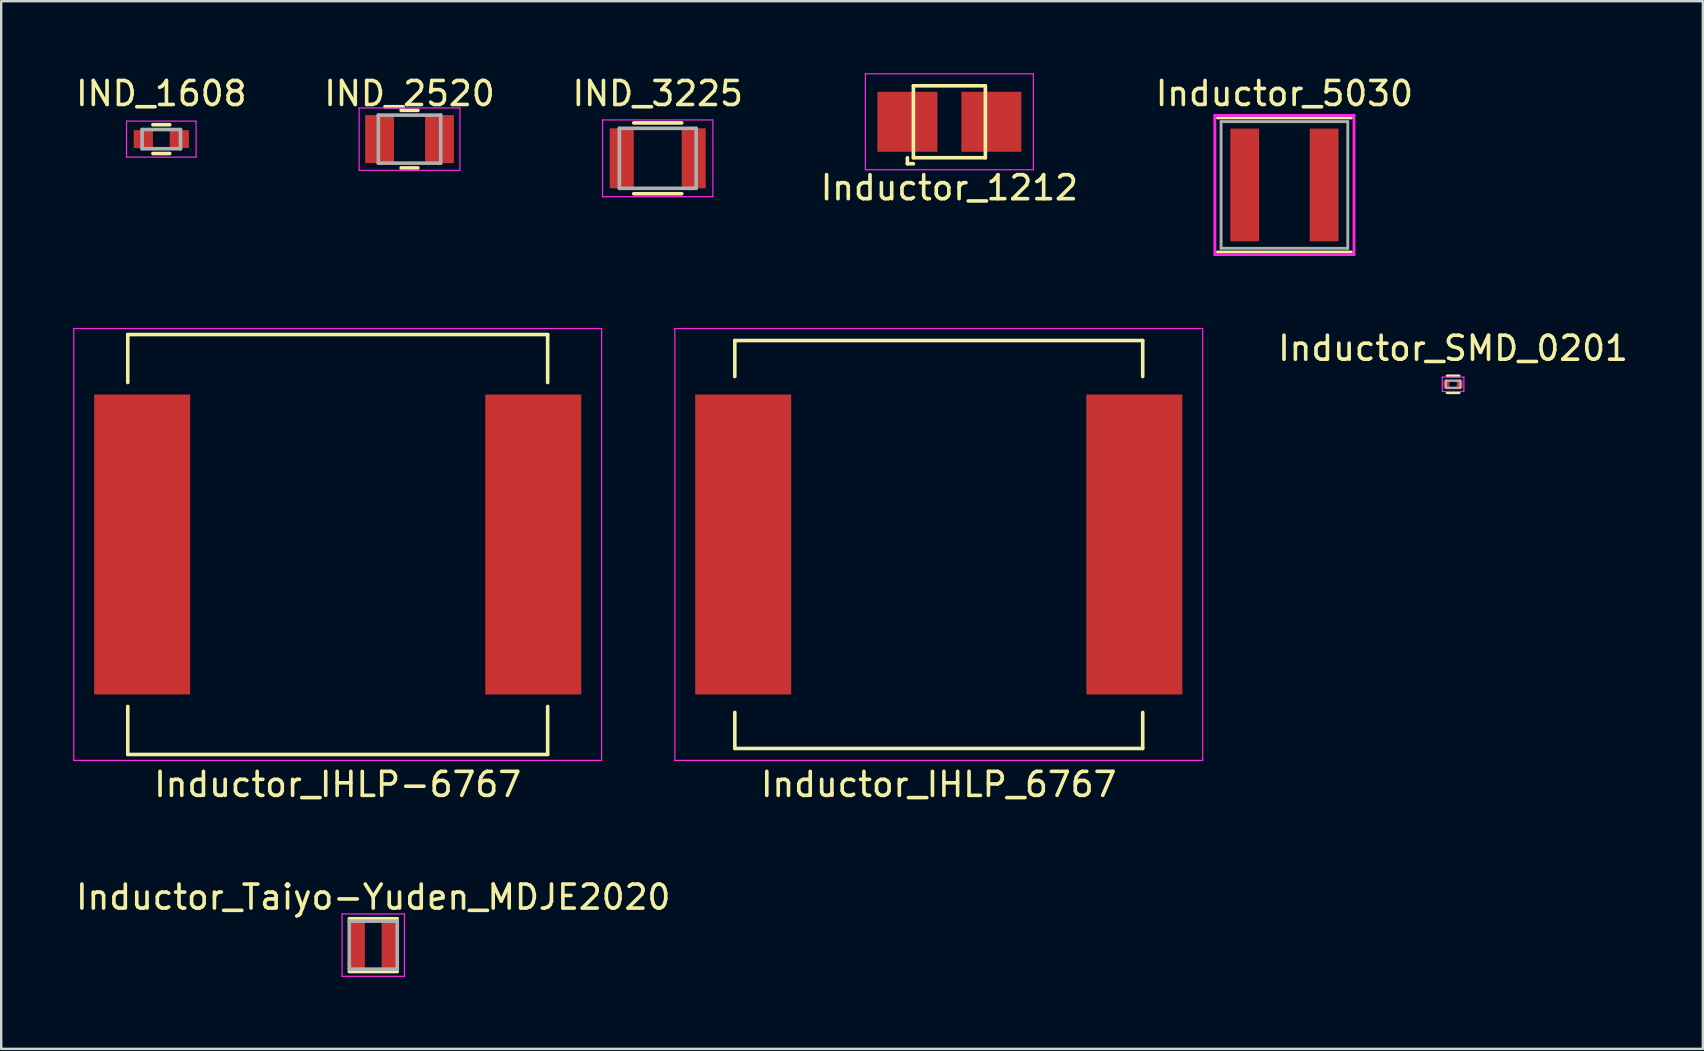
<source format=kicad_pcb>
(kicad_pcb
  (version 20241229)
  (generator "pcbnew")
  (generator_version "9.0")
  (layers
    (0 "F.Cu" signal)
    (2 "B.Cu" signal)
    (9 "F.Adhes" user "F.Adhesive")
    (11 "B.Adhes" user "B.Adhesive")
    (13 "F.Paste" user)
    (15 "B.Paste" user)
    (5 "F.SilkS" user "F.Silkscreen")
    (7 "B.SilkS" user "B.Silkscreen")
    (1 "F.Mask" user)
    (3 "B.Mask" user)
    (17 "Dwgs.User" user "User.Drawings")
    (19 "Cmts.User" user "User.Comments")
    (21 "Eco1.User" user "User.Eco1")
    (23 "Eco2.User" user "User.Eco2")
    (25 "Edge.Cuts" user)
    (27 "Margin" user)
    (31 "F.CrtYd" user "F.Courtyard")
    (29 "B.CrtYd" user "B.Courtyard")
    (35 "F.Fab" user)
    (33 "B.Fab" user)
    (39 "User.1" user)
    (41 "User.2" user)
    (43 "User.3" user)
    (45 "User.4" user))
  (footprint "IND_3225"
    (layer "F.Cu")
    (at 24.363 3.548)
    (property "Reference" "IND_3225" (at 0 -2.7 0) (layer "F.SilkS") (effects (font (size 1 1) (thickness 0.15))))
    (attr smd)
    (fp_line (start -1 1.475) (end 1 1.475) (stroke (width 0.15) (type solid)) (layer "F.SilkS"))
    (fp_line (start 1 -1.475) (end -1 -1.475) (stroke (width 0.15) (type solid)) (layer "F.SilkS"))
    (fp_line (start -2.3 -1.6) (end -2.3 1.6) (stroke (width 0.05) (type solid)) (layer "F.CrtYd"))
    (fp_line (start -2.3 -1.6) (end 2.3 -1.6) (stroke (width 0.05) (type solid)) (layer "F.CrtYd"))
    (fp_line (start -2.3 1.6) (end 2.3 1.6) (stroke (width 0.05) (type solid)) (layer "F.CrtYd"))
    (fp_line (start 2.3 -1.6) (end 2.3 1.6) (stroke (width 0.05) (type solid)) (layer "F.CrtYd"))
    (fp_line (start -1.6 -1.25) (end 1.6 -1.25) (stroke (width 0.15) (type solid)) (layer "F.Fab"))
    (fp_line (start -1.6 1.25) (end -1.6 -1.25) (stroke (width 0.15) (type solid)) (layer "F.Fab"))
    (fp_line (start 1.6 -1.25) (end 1.6 1.25) (stroke (width 0.15) (type solid)) (layer "F.Fab"))
    (fp_line (start 1.6 1.25) (end -1.6 1.25) (stroke (width 0.15) (type solid)) (layer "F.Fab"))
    (pad "1" smd rect (at -1.5 0) (size 1 2.5) (layers "F.Cu" "F.Mask" "F.Paste"))
    (pad "2" smd rect (at 1.5 0) (size 1 2.5) (layers "F.Cu" "F.Mask" "F.Paste")))
  (footprint "Inductor_IHLP_6767"
    (layer "F.Cu")
    (at 36.075 19.643)
    (property "Reference" "Inductor_IHLP_6767" (at 0 10 0) (layer "F.SilkS") (effects (font (size 1 1) (thickness 0.15))))
    (attr smd)
    (fp_line (start -8.5 -8.5) (end -8.5 -7) (stroke (width 0.15) (type solid)) (layer "F.SilkS"))
    (fp_line (start -8.5 8.5) (end -8.5 7) (stroke (width 0.15) (type solid)) (layer "F.SilkS"))
    (fp_line (start 8.5 -8.5) (end -8.5 -8.5) (stroke (width 0.15) (type solid)) (layer "F.SilkS"))
    (fp_line (start 8.5 -8.5) (end 8.5 -7) (stroke (width 0.15) (type solid)) (layer "F.SilkS"))
    (fp_line (start 8.5 8.5) (end -8.5 8.5) (stroke (width 0.15) (type solid)) (layer "F.SilkS"))
    (fp_line (start 8.5 8.5) (end 8.5 7) (stroke (width 0.15) (type solid)) (layer "F.SilkS"))
    (fp_line (start -11 -9) (end -11 9) (stroke (width 0.05) (type solid)) (layer "F.CrtYd"))
    (fp_line (start -11 9) (end 11 9) (stroke (width 0.05) (type solid)) (layer "F.CrtYd"))
    (fp_line (start 11 -9) (end -11 -9) (stroke (width 0.05) (type solid)) (layer "F.CrtYd"))
    (fp_line (start 11 9) (end 11 -9) (stroke (width 0.05) (type solid)) (layer "F.CrtYd"))
    (pad "1" smd rect (at -8.15 0) (size 4 12.5) (layers "F.Cu" "F.Mask" "F.Paste"))
    (pad "2" smd rect (at 8.15 0) (size 4 12.5) (layers "F.Cu" "F.Mask" "F.Paste")))
  (footprint "Inductor_5030"
    (layer "F.Cu")
    (at 50.482 4.658)
    (property "Reference" "Inductor_5030" (at 0 -3.81 0) (layer "F.SilkS") (effects (font (size 1 1) (thickness 0.15))))
    (attr through_hole)
    (fp_line (start -2.794 -2.794) (end 2.794 -2.794) (stroke (width 0.12) (type solid)) (layer "F.SilkS"))
    (fp_line (start 2.794 2.794) (end -2.794 2.794) (stroke (width 0.12) (type solid)) (layer "F.SilkS"))
    (fp_line (start -2.9 -2.9) (end 2.9 -2.9) (stroke (width 0.12) (type solid)) (layer "F.CrtYd"))
    (fp_line (start -2.9 2.9) (end -2.9 -2.9) (stroke (width 0.12) (type solid)) (layer "F.CrtYd"))
    (fp_line (start 2.9 -2.9) (end 2.9 2.9) (stroke (width 0.12) (type solid)) (layer "F.CrtYd"))
    (fp_line (start 2.9 2.9) (end -2.9 2.9) (stroke (width 0.12) (type solid)) (layer "F.CrtYd"))
    (fp_line (start -2.64 -2.64) (end 2.64 -2.64) (stroke (width 0.12) (type solid)) (layer "F.Fab"))
    (fp_line (start -2.64 2.64) (end -2.64 -2.64) (stroke (width 0.12) (type solid)) (layer "F.Fab"))
    (fp_line (start 2.64 -2.64) (end 2.64 2.64) (stroke (width 0.12) (type solid)) (layer "F.Fab"))
    (fp_line (start 2.64 2.64) (end -2.64 2.64) (stroke (width 0.12) (type solid)) (layer "F.Fab"))
    (pad "1" smd rect (at -1.655 0) (size 1.2 4.7) (layers "F.Cu" "F.Mask" "F.Paste"))
    (pad "2" smd rect (at 1.655 0) (size 1.2 4.7) (layers "F.Cu" "F.Mask" "F.Paste")))
  (footprint "Inductor_SMD_0201"
    (layer "F.Cu")
    (at 57.511 12.966)
    (property "Reference" "Inductor_SMD_0201" (at 0 -1.5 0) (layer "F.SilkS") (effects (font (size 1 1) (thickness 0.15))))
    (attr through_hole)
    (fp_line (start -0.25 -0.35) (end 0.25 -0.35) (stroke (width 0.12) (type solid)) (layer "F.SilkS"))
    (fp_line (start -0.25 0.35) (end 0.25 0.35) (stroke (width 0.12) (type solid)) (layer "F.SilkS"))
    (fp_line (start -0.45 -0.3) (end 0.45 -0.3) (stroke (width 0.05) (type solid)) (layer "F.CrtYd"))
    (fp_line (start -0.45 0.3) (end -0.45 -0.3) (stroke (width 0.05) (type solid)) (layer "F.CrtYd"))
    (fp_line (start -0.45 0.3) (end 0.45 0.3) (stroke (width 0.05) (type solid)) (layer "F.CrtYd"))
    (fp_line (start 0.45 0.3) (end 0.45 -0.3) (stroke (width 0.05) (type solid)) (layer "F.CrtYd"))
    (fp_line (start -0.3 -0.15) (end -0.3 0.15) (stroke (width 0.1) (type solid)) (layer "F.Fab"))
    (fp_line (start 0.3 -0.15) (end -0.3 -0.15) (stroke (width 0.1) (type solid)) (layer "F.Fab"))
    (fp_line (start 0.3 -0.15) (end 0.3 0.15) (stroke (width 0.1) (type solid)) (layer "F.Fab"))
    (fp_line (start 0.3 0.15) (end -0.3 0.15) (stroke (width 0.1) (type solid)) (layer "F.Fab"))
    (pad "1" smd rect (at -0.275 0) (size 0.25 0.3) (layers "F.Cu" "F.Mask" "F.Paste"))
    (pad "2" smd rect (at 0.275 0) (size 0.25 0.3) (layers "F.Cu" "F.Mask" "F.Paste")))
  (footprint "Inductor_1212"
    (layer "F.Cu")
    (at 36.518 2.025)
    (property "Reference" "Inductor_1212" (at 0 2.75 0) (layer "F.SilkS") (effects (font (size 1 1) (thickness 0.15))))
    (attr through_hole)
    (fp_line (start -1.75 1.75) (end -1.75 1.5) (stroke (width 0.15) (type solid)) (layer "F.SilkS"))
    (fp_line (start -1.5 -1.5) (end 1.5 -1.5) (stroke (width 0.15) (type solid)) (layer "F.SilkS"))
    (fp_line (start -1.5 1.5) (end -1.5 -1.5) (stroke (width 0.15) (type solid)) (layer "F.SilkS"))
    (fp_line (start -1.5 1.75) (end -1.75 1.75) (stroke (width 0.15) (type solid)) (layer "F.SilkS"))
    (fp_line (start 1.5 -1.5) (end 1.5 1.5) (stroke (width 0.15) (type solid)) (layer "F.SilkS"))
    (fp_line (start 1.5 1.5) (end -1.5 1.5) (stroke (width 0.15) (type solid)) (layer "F.SilkS"))
    (fp_line (start -3.5 -2) (end 3.5 -2) (stroke (width 0.05) (type solid)) (layer "F.CrtYd"))
    (fp_line (start -3.5 2) (end -3.5 -2) (stroke (width 0.05) (type solid)) (layer "F.CrtYd"))
    (fp_line (start 3.5 -2) (end 3.5 2) (stroke (width 0.05) (type solid)) (layer "F.CrtYd"))
    (fp_line (start 3.5 2) (end -3.5 2) (stroke (width 0.05) (type solid)) (layer "F.CrtYd"))
    (pad "1" smd rect (at -1.75 0) (size 2.5 2.5) (layers "F.Cu" "F.Mask" "F.Paste"))
    (pad "2" smd rect (at 1.75 0) (size 2.5 2.5) (layers "F.Cu" "F.Mask" "F.Paste")))
  (footprint "Inductor_IHLP-6767"
    (layer "F.Cu")
    (at 11.025 19.643)
    (property "Reference" "Inductor_IHLP-6767" (at 0 10 0) (layer "F.SilkS") (effects (font (size 1 1) (thickness 0.15))))
    (attr smd)
    (fp_line (start -8.75 -8.75) (end -8.75 -6.75) (stroke (width 0.15) (type solid)) (layer "F.SilkS"))
    (fp_line (start -8.75 8.75) (end -8.75 6.75) (stroke (width 0.15) (type solid)) (layer "F.SilkS"))
    (fp_line (start 8.75 -8.75) (end -8.75 -8.75) (stroke (width 0.15) (type solid)) (layer "F.SilkS"))
    (fp_line (start 8.75 -8.75) (end 8.75 -6.75) (stroke (width 0.15) (type solid)) (layer "F.SilkS"))
    (fp_line (start 8.75 8.75) (end -8.75 8.75) (stroke (width 0.15) (type solid)) (layer "F.SilkS"))
    (fp_line (start 8.75 8.75) (end 8.75 6.75) (stroke (width 0.15) (type solid)) (layer "F.SilkS"))
    (fp_line (start -11 -9) (end -11 9) (stroke (width 0.05) (type solid)) (layer "F.CrtYd"))
    (fp_line (start -11 9) (end 11 9) (stroke (width 0.05) (type solid)) (layer "F.CrtYd"))
    (fp_line (start 11 -9) (end -11 -9) (stroke (width 0.05) (type solid)) (layer "F.CrtYd"))
    (fp_line (start 11 9) (end 11 -9) (stroke (width 0.05) (type solid)) (layer "F.CrtYd"))
    (pad "1" smd rect (at -8.15 0) (size 4 12.5) (layers "F.Cu" "F.Mask" "F.Paste"))
    (pad "2" smd rect (at 8.15 0) (size 4 12.5) (layers "F.Cu" "F.Mask" "F.Paste")))
  (footprint "IND_1608"
    (layer "F.Cu")
    (at 3.673 2.748)
    (property "Reference" "IND_1608" (at 0 -1.9 0) (layer "F.SilkS") (effects (font (size 1 1) (thickness 0.15))))
    (attr smd)
    (fp_line (start -0.35 -0.6) (end 0.35 -0.6) (stroke (width 0.15) (type solid)) (layer "F.SilkS"))
    (fp_line (start 0.35 0.6) (end -0.35 0.6) (stroke (width 0.15) (type solid)) (layer "F.SilkS"))
    (fp_line (start -1.45 -0.75) (end -1.45 0.75) (stroke (width 0.05) (type solid)) (layer "F.CrtYd"))
    (fp_line (start -1.45 -0.75) (end 1.45 -0.75) (stroke (width 0.05) (type solid)) (layer "F.CrtYd"))
    (fp_line (start -1.45 0.75) (end 1.45 0.75) (stroke (width 0.05) (type solid)) (layer "F.CrtYd"))
    (fp_line (start 1.45 -0.75) (end 1.45 0.75) (stroke (width 0.05) (type solid)) (layer "F.CrtYd"))
    (fp_line (start -0.8 -0.4) (end 0.8 -0.4) (stroke (width 0.15) (type solid)) (layer "F.Fab"))
    (fp_line (start -0.8 0.4) (end -0.8 -0.4) (stroke (width 0.15) (type solid)) (layer "F.Fab"))
    (fp_line (start 0.8 -0.4) (end 0.8 0.4) (stroke (width 0.15) (type solid)) (layer "F.Fab"))
    (fp_line (start 0.8 0.4) (end -0.8 0.4) (stroke (width 0.15) (type solid)) (layer "F.Fab"))
    (pad "1" smd rect (at -0.75 0) (size 0.8 0.75) (layers "F.Cu" "F.Mask" "F.Paste"))
    (pad "2" smd rect (at 0.75 0) (size 0.8 0.75) (layers "F.Cu" "F.Mask" "F.Paste")))
  (footprint "Inductor_Taiyo-Yuden_MDJE2020"
    (layer "F.Cu")
    (at 12.506 36.34)
    (property "Reference" "Inductor_Taiyo-Yuden_MDJE2020" (at 0 -2 0) (layer "F.SilkS") (effects (font (size 1 1) (thickness 0.15))))
    (attr smd)
    (fp_line (start -1 -1.1) (end 1 -1.1) (stroke (width 0.15) (type solid)) (layer "F.SilkS"))
    (fp_line (start -1 1.1) (end 1 1.1) (stroke (width 0.15) (type solid)) (layer "F.SilkS"))
    (fp_line (start -1.3 -1.3) (end -1.3 1.3) (stroke (width 0.05) (type solid)) (layer "F.CrtYd"))
    (fp_line (start -1.3 1.3) (end 1.3 1.3) (stroke (width 0.05) (type solid)) (layer "F.CrtYd"))
    (fp_line (start 1.3 -1.3) (end -1.3 -1.3) (stroke (width 0.05) (type solid)) (layer "F.CrtYd"))
    (fp_line (start 1.3 1.3) (end 1.3 -1.3) (stroke (width 0.05) (type solid)) (layer "F.CrtYd"))
    (fp_line (start -1 -1) (end -1 1) (stroke (width 0.15) (type solid)) (layer "F.Fab"))
    (fp_line (start -1 1) (end 1 1) (stroke (width 0.15) (type solid)) (layer "F.Fab"))
    (fp_line (start 1 -1) (end -1 -1) (stroke (width 0.15) (type solid)) (layer "F.Fab"))
    (fp_line (start 1 1) (end 1 -1) (stroke (width 0.15) (type solid)) (layer "F.Fab"))
    (pad "1" smd rect (at -0.675 0) (size 0.65 2) (layers "F.Cu" "F.Mask" "F.Paste"))
    (pad "2" smd rect (at 0.675 0) (size 0.65 2) (layers "F.Cu" "F.Mask" "F.Paste")))
  (footprint "IND_2520"
    (layer "F.Cu")
    (at 14.018 2.748)
    (property "Reference" "IND_2520" (at 0 -1.9 0) (layer "F.SilkS") (effects (font (size 1 1) (thickness 0.15))))
    (attr smd)
    (fp_line (start -0.35 -1.2) (end 0.35 -1.2) (stroke (width 0.15) (type solid)) (layer "F.SilkS"))
    (fp_line (start 0.35 1.2) (end -0.35 1.2) (stroke (width 0.15) (type solid)) (layer "F.SilkS"))
    (fp_line (start -2.1 -1.3) (end -2.1 1.3) (stroke (width 0.05) (type solid)) (layer "F.CrtYd"))
    (fp_line (start -2.1 -1.3) (end 2.1 -1.3) (stroke (width 0.05) (type solid)) (layer "F.CrtYd"))
    (fp_line (start -2.1 1.3) (end 2.1 1.3) (stroke (width 0.05) (type solid)) (layer "F.CrtYd"))
    (fp_line (start 2.1 -1.3) (end 2.1 1.3) (stroke (width 0.05) (type solid)) (layer "F.CrtYd"))
    (fp_line (start -1.3 -1) (end 1.3 -1) (stroke (width 0.15) (type solid)) (layer "F.Fab"))
    (fp_line (start -1.3 1) (end -1.3 -1) (stroke (width 0.15) (type solid)) (layer "F.Fab"))
    (fp_line (start 1.3 -1) (end 1.3 1) (stroke (width 0.15) (type solid)) (layer "F.Fab"))
    (fp_line (start 1.3 1) (end -1.3 1) (stroke (width 0.15) (type solid)) (layer "F.Fab"))
    (pad "1" smd rect (at -1.25 0) (size 1.2 2) (layers "F.Cu" "F.Mask" "F.Paste"))
    (pad "2" smd rect (at 1.25 0) (size 1.2 2) (layers "F.Cu" "F.Mask" "F.Paste")))
  (gr_rect
    (start -3 -3)
    (end 67.921 40.665)
    (stroke (width 0.1) (type default))
    (fill no)
    (layer "Edge.Cuts")))
</source>
